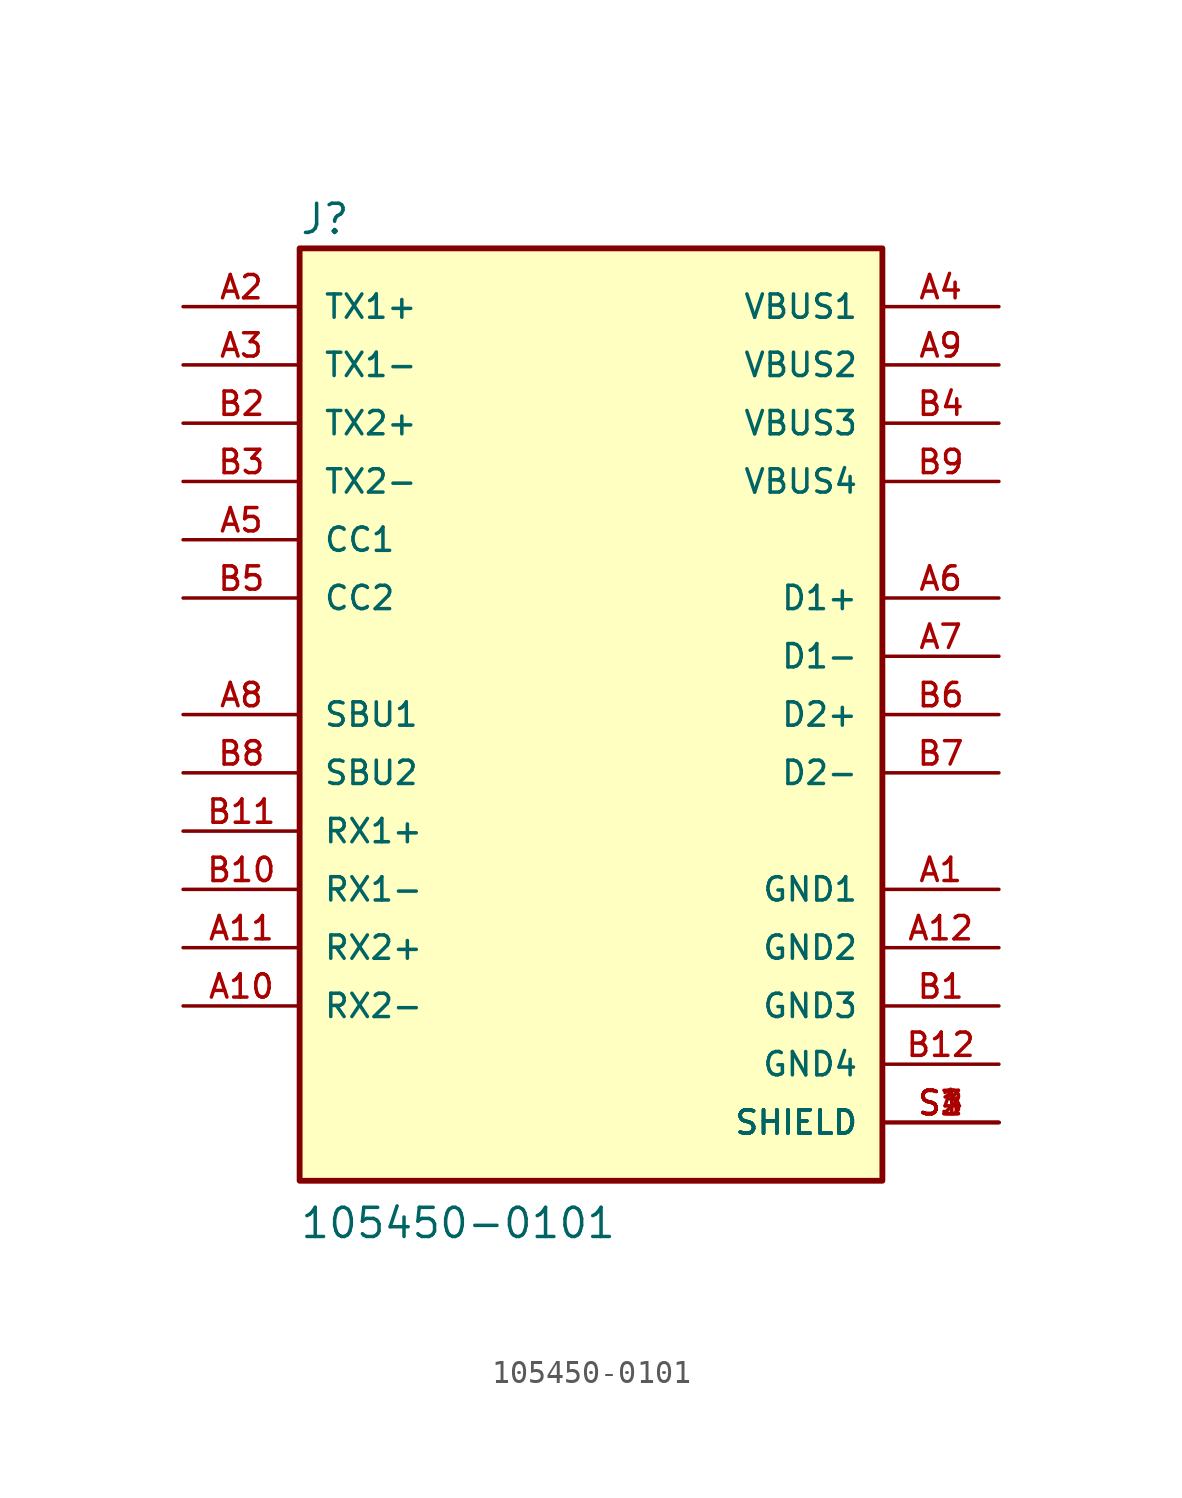
<source format=kicad_sym>
(kicad_symbol_lib
  (version 20211014)
  (generator kicad_symbol_editor)
  (symbol "105450-0101"
    (pin_names
      (offset 1.016))
    (property "Reference" "J"
      (at -12.725 20.853 0)
      (effects (font (size 1.27 1.27)) (justify left bottom)))
    (property "Value" "105450-0101"
      (at -12.725 -22.911 0)
      (effects (font (size 1.27 1.27)) (justify left bottom)))
    (property "ki_locked" ""
      (at 0 0 0)
      (effects (font (size 1.27 1.27))))
    (symbol "105450-0101_0_0"
      (rectangle (start -12.7 -20.32) (end 12.7 20.32) (stroke (width 0.254) (type default) (color 0 0 0 0)) (fill (type background)))
      (pin passive line (at 17.78 -7.62 180) (length 5.08) (name "GND1" (effects (font (size 1.016 1.016)))) (number "A1" (effects (font (size 1.016 1.016)))))
      (pin passive line (at -17.78 -12.7 0) (length 5.08) (name "RX2-" (effects (font (size 1.016 1.016)))) (number "A10" (effects (font (size 1.016 1.016)))))
      (pin passive line (at -17.78 -10.16 0) (length 5.08) (name "RX2+" (effects (font (size 1.016 1.016)))) (number "A11" (effects (font (size 1.016 1.016)))))
      (pin passive line (at 17.78 -10.16 180) (length 5.08) (name "GND2" (effects (font (size 1.016 1.016)))) (number "A12" (effects (font (size 1.016 1.016)))))
      (pin passive line (at -17.78 17.78 0) (length 5.08) (name "TX1+" (effects (font (size 1.016 1.016)))) (number "A2" (effects (font (size 1.016 1.016)))))
      (pin passive line (at -17.78 15.24 0) (length 5.08) (name "TX1-" (effects (font (size 1.016 1.016)))) (number "A3" (effects (font (size 1.016 1.016)))))
      (pin passive line (at 17.78 17.78 180) (length 5.08) (name "VBUS1" (effects (font (size 1.016 1.016)))) (number "A4" (effects (font (size 1.016 1.016)))))
      (pin passive line (at -17.78 7.62 0) (length 5.08) (name "CC1" (effects (font (size 1.016 1.016)))) (number "A5" (effects (font (size 1.016 1.016)))))
      (pin passive line (at 17.78 5.08 180) (length 5.08) (name "D1+" (effects (font (size 1.016 1.016)))) (number "A6" (effects (font (size 1.016 1.016)))))
      (pin passive line (at 17.78 2.54 180) (length 5.08) (name "D1-" (effects (font (size 1.016 1.016)))) (number "A7" (effects (font (size 1.016 1.016)))))
      (pin passive line (at -17.78 0 0) (length 5.08) (name "SBU1" (effects (font (size 1.016 1.016)))) (number "A8" (effects (font (size 1.016 1.016)))))
      (pin passive line (at 17.78 15.24 180) (length 5.08) (name "VBUS2" (effects (font (size 1.016 1.016)))) (number "A9" (effects (font (size 1.016 1.016)))))
      (pin passive line (at 17.78 -12.7 180) (length 5.08) (name "GND3" (effects (font (size 1.016 1.016)))) (number "B1" (effects (font (size 1.016 1.016)))))
      (pin passive line (at -17.78 -7.62 0) (length 5.08) (name "RX1-" (effects (font (size 1.016 1.016)))) (number "B10" (effects (font (size 1.016 1.016)))))
      (pin passive line (at -17.78 -5.08 0) (length 5.08) (name "RX1+" (effects (font (size 1.016 1.016)))) (number "B11" (effects (font (size 1.016 1.016)))))
      (pin passive line (at 17.78 -15.24 180) (length 5.08) (name "GND4" (effects (font (size 1.016 1.016)))) (number "B12" (effects (font (size 1.016 1.016)))))
      (pin passive line (at -17.78 12.7 0) (length 5.08) (name "TX2+" (effects (font (size 1.016 1.016)))) (number "B2" (effects (font (size 1.016 1.016)))))
      (pin passive line (at -17.78 10.16 0) (length 5.08) (name "TX2-" (effects (font (size 1.016 1.016)))) (number "B3" (effects (font (size 1.016 1.016)))))
      (pin passive line (at 17.78 12.7 180) (length 5.08) (name "VBUS3" (effects (font (size 1.016 1.016)))) (number "B4" (effects (font (size 1.016 1.016)))))
      (pin passive line (at -17.78 5.08 0) (length 5.08) (name "CC2" (effects (font (size 1.016 1.016)))) (number "B5" (effects (font (size 1.016 1.016)))))
      (pin passive line (at 17.78 0 180) (length 5.08) (name "D2+" (effects (font (size 1.016 1.016)))) (number "B6" (effects (font (size 1.016 1.016)))))
      (pin passive line (at 17.78 -2.54 180) (length 5.08) (name "D2-" (effects (font (size 1.016 1.016)))) (number "B7" (effects (font (size 1.016 1.016)))))
      (pin passive line (at -17.78 -2.54 0) (length 5.08) (name "SBU2" (effects (font (size 1.016 1.016)))) (number "B8" (effects (font (size 1.016 1.016)))))
      (pin passive line (at 17.78 10.16 180) (length 5.08) (name "VBUS4" (effects (font (size 1.016 1.016)))) (number "B9" (effects (font (size 1.016 1.016)))))
      (pin passive line (at 17.78 -17.78 180) (length 5.08) (name "SHIELD" (effects (font (size 1.016 1.016)))) (number "S1" (effects (font (size 1.016 1.016)))))
      (pin passive line (at 17.78 -17.78 180) (length 5.08) (name "SHIELD" (effects (font (size 1.016 1.016)))) (number "S2" (effects (font (size 1.016 1.016)))))
      (pin passive line (at 17.78 -17.78 180) (length 5.08) (name "SHIELD" (effects (font (size 1.016 1.016)))) (number "S3" (effects (font (size 1.016 1.016)))))
      (pin passive line (at 17.78 -17.78 180) (length 5.08) (name "SHIELD" (effects (font (size 1.016 1.016)))) (number "S4" (effects (font (size 1.016 1.016))))))))
</source>
